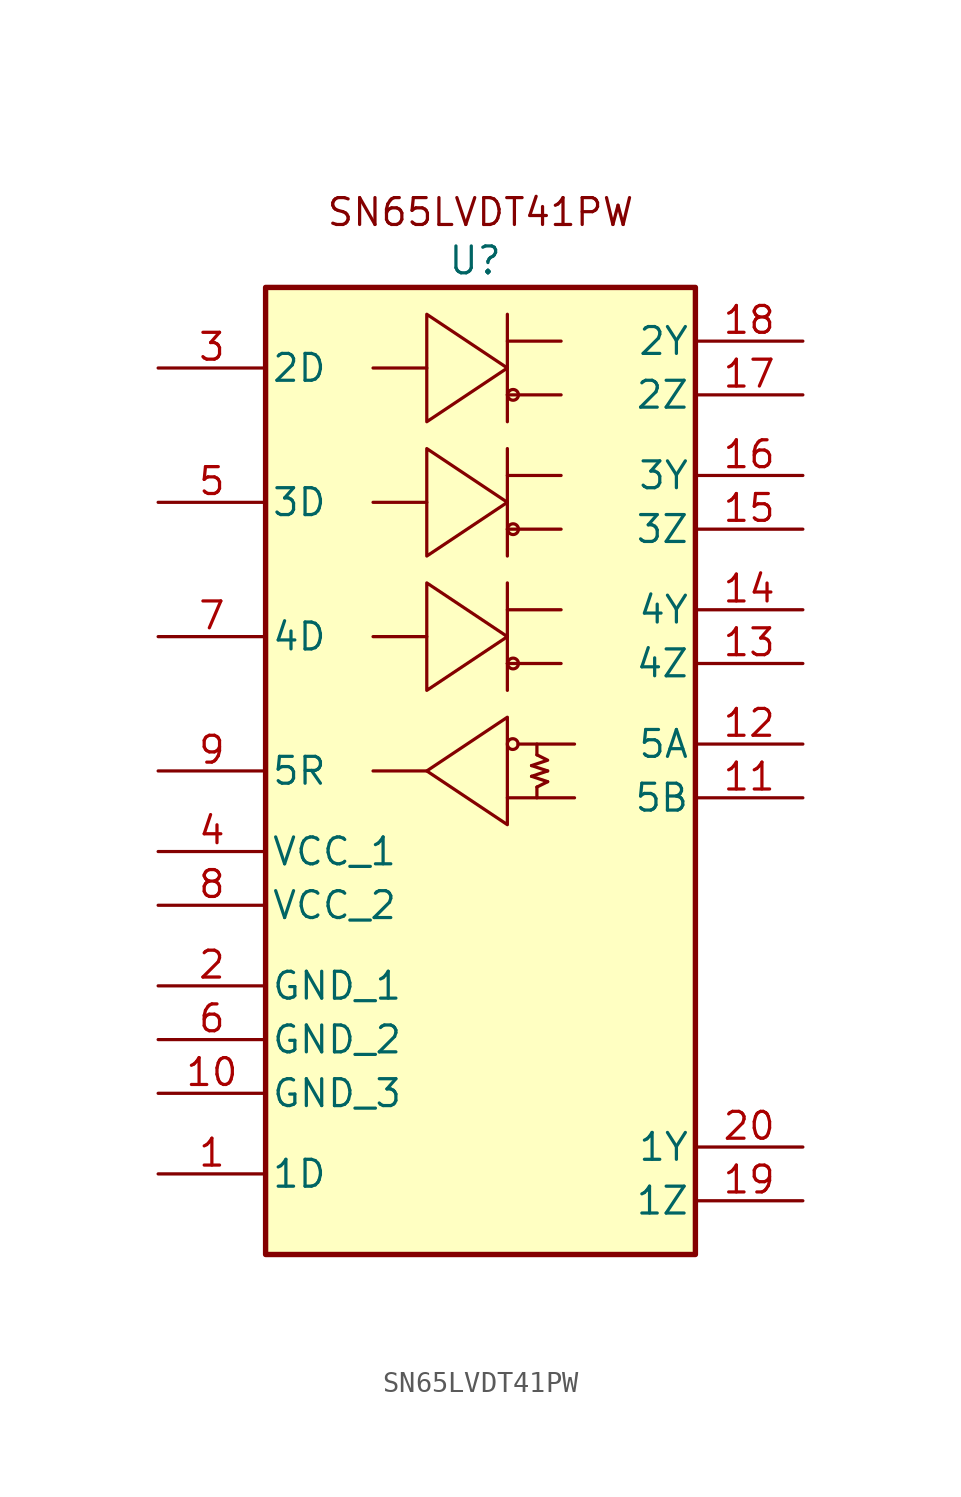
<source format=kicad_sym>
(kicad_symbol_lib
  (version 20231120)
  (generator "kicad_symbol_editor")
  (generator_version "8.0")
  (symbol "SN65LVDT41PW"
    (pin_names
      (offset 0.254))
    (property "Reference" "U"
      (at -0.254 20.32 0)
      (effects (font (size 1.27 1.27))))
    (property "Value" ""
      (at 0 0 0)
      (effects (font (size 1.27 1.27))))
    (symbol "SN65LVDT41PW_0_1"
      (polyline (pts (xy -5.08 -3.81) (xy -2.54 -3.81)) (stroke (width 0) (type default)) (fill (type none)))
      (polyline (pts (xy -2.54 2.54) (xy -5.08 2.54)) (stroke (width 0) (type default)) (fill (type none)))
      (polyline (pts (xy -2.54 8.89) (xy -5.08 8.89)) (stroke (width 0) (type default)) (fill (type none)))
      (polyline (pts (xy -2.54 15.24) (xy -5.08 15.24)) (stroke (width 0) (type default)) (fill (type none)))
      (polyline (pts (xy 1.27 -5.08) (xy 4.445 -5.08)) (stroke (width 0) (type default)) (fill (type none)))
      (polyline (pts (xy 1.27 1.27) (xy 1.27 1.27)) (stroke (width 0) (type default)) (fill (type none)))
      (polyline (pts (xy 1.27 1.27) (xy 3.81 1.27)) (stroke (width 0) (type default)) (fill (type none)))
      (polyline (pts (xy 1.27 2.54) (xy 1.27 0)) (stroke (width 0) (type default)) (fill (type none)))
      (polyline (pts (xy 1.27 2.54) (xy 1.27 5.08)) (stroke (width 0) (type default)) (fill (type none)))
      (polyline (pts (xy 1.27 3.81) (xy 3.81 3.81)) (stroke (width 0) (type default)) (fill (type none)))
      (polyline (pts (xy 1.27 7.62) (xy 1.27 7.62)) (stroke (width 0) (type default)) (fill (type none)))
      (polyline (pts (xy 1.27 7.62) (xy 3.81 7.62)) (stroke (width 0) (type default)) (fill (type none)))
      (polyline (pts (xy 1.27 8.89) (xy 1.27 6.35)) (stroke (width 0) (type default)) (fill (type none)))
      (polyline (pts (xy 1.27 8.89) (xy 1.27 11.43)) (stroke (width 0) (type default)) (fill (type none)))
      (polyline (pts (xy 1.27 10.16) (xy 3.81 10.16)) (stroke (width 0) (type default)) (fill (type none)))
      (polyline (pts (xy 1.27 13.97) (xy 1.27 13.97)) (stroke (width 0) (type default)) (fill (type none)))
      (polyline (pts (xy 1.27 13.97) (xy 3.81 13.97)) (stroke (width 0) (type default)) (fill (type none)))
      (polyline (pts (xy 1.27 15.24) (xy 1.27 12.7)) (stroke (width 0) (type default)) (fill (type none)))
      (polyline (pts (xy 1.27 15.24) (xy 1.27 17.78)) (stroke (width 0) (type default)) (fill (type none)))
      (polyline (pts (xy 1.27 16.51) (xy 3.81 16.51)) (stroke (width 0) (type default)) (fill (type none)))
      (polyline (pts (xy 1.778 -2.54) (xy 4.445 -2.54)) (stroke (width 0) (type default)) (fill (type none)))
      (polyline (pts (xy 2.413 -4.064) (xy 3.175 -4.318)) (stroke (width 0) (type default)) (fill (type none)))
      (polyline (pts (xy 2.413 -3.556) (xy 3.175 -3.81)) (stroke (width 0) (type default)) (fill (type none)))
      (polyline (pts (xy 2.667 -4.572) (xy 2.667 -5.08)) (stroke (width 0) (type default)) (fill (type none)))
      (polyline (pts (xy 2.667 -2.54) (xy 2.667 -3.048)) (stroke (width 0) (type default)) (fill (type none)))
      (polyline (pts (xy 3.175 -4.318) (xy 2.667 -4.572)) (stroke (width 0) (type default)) (fill (type none)))
      (polyline (pts (xy 3.175 -3.81) (xy 2.413 -4.064)) (stroke (width 0) (type default)) (fill (type none)))
      (polyline (pts (xy 2.667 -3.048) (xy 3.175 -3.302) (xy 2.413 -3.556)) (stroke (width 0) (type default)) (fill (type none)))
      (polyline (pts (xy -2.54 5.08) (xy -2.54 0) (xy 1.27 2.54) (xy -2.54 5.08)) (stroke (width 0) (type default)) (fill (type none)))
      (polyline (pts (xy -2.54 11.43) (xy -2.54 6.35) (xy 1.27 8.89) (xy -2.54 11.43)) (stroke (width 0) (type default)) (fill (type none)))
      (polyline (pts (xy -2.54 17.78) (xy -2.54 12.7) (xy 1.27 15.24) (xy -2.54 17.78)) (stroke (width 0) (type default)) (fill (type none)))
      (polyline (pts (xy 1.27 -6.35) (xy 1.27 -1.27) (xy -2.54 -3.81) (xy 1.27 -6.35)) (stroke (width 0) (type default)) (fill (type none)))
      (circle (center 1.524 -2.54) (radius 0.254) (stroke (width 0) (type default)) (fill (type none)))
      (circle (center 1.54 1.27) (radius 0.254) (stroke (width 0) (type default)) (fill (type none)))
      (circle (center 1.54 7.62) (radius 0.254) (stroke (width 0) (type default)) (fill (type none)))
      (circle (center 1.54 13.97) (radius 0.254) (stroke (width 0) (type default)) (fill (type none))))
    (symbol "SN65LVDT41PW_1_1"
      (rectangle (start -10.16 19.05) (end 10.16 -26.67) (stroke (width 0.254) (type default)) (fill (type background)))
      (text "SN65LVDT41PW" (at 0 22.606 0) (effects (font (size 1.27 1.27))))
      (pin input line (at -15.24 -22.86 0) (length 5.08) (name "1D" (effects (font (size 1.27 1.27)))) (number "1" (effects (font (size 1.27 1.27)))))
      (pin passive line (at -15.24 -19.05 0) (length 5.08) (name "GND_3" (effects (font (size 1.27 1.27)))) (number "10" (effects (font (size 1.27 1.27)))))
      (pin input line (at 15.24 -5.08 180) (length 5.08) (name "5B" (effects (font (size 1.27 1.27)))) (number "11" (effects (font (size 1.27 1.27)))))
      (pin input line (at 15.24 -2.54 180) (length 5.08) (name "5A" (effects (font (size 1.27 1.27)))) (number "12" (effects (font (size 1.27 1.27)))))
      (pin output line (at 15.24 1.27 180) (length 5.08) (name "4Z" (effects (font (size 1.27 1.27)))) (number "13" (effects (font (size 1.27 1.27)))))
      (pin output line (at 15.24 3.81 180) (length 5.08) (name "4Y" (effects (font (size 1.27 1.27)))) (number "14" (effects (font (size 1.27 1.27)))))
      (pin output line (at 15.24 7.62 180) (length 5.08) (name "3Z" (effects (font (size 1.27 1.27)))) (number "15" (effects (font (size 1.27 1.27)))))
      (pin output line (at 15.24 10.16 180) (length 5.08) (name "3Y" (effects (font (size 1.27 1.27)))) (number "16" (effects (font (size 1.27 1.27)))))
      (pin output line (at 15.24 13.97 180) (length 5.08) (name "2Z" (effects (font (size 1.27 1.27)))) (number "17" (effects (font (size 1.27 1.27)))))
      (pin output line (at 15.24 16.51 180) (length 5.08) (name "2Y" (effects (font (size 1.27 1.27)))) (number "18" (effects (font (size 1.27 1.27)))))
      (pin output line (at 15.24 -24.13 180) (length 5.08) (name "1Z" (effects (font (size 1.27 1.27)))) (number "19" (effects (font (size 1.27 1.27)))))
      (pin passive line (at -15.24 -13.97 0) (length 5.08) (name "GND_1" (effects (font (size 1.27 1.27)))) (number "2" (effects (font (size 1.27 1.27)))))
      (pin output line (at 15.24 -21.59 180) (length 5.08) (name "1Y" (effects (font (size 1.27 1.27)))) (number "20" (effects (font (size 1.27 1.27)))))
      (pin input line (at -15.24 15.24 0) (length 5.08) (name "2D" (effects (font (size 1.27 1.27)))) (number "3" (effects (font (size 1.27 1.27)))))
      (pin passive line (at -15.24 -7.62 0) (length 5.08) (name "VCC_1" (effects (font (size 1.27 1.27)))) (number "4" (effects (font (size 1.27 1.27)))))
      (pin input line (at -15.24 8.89 0) (length 5.08) (name "3D" (effects (font (size 1.27 1.27)))) (number "5" (effects (font (size 1.27 1.27)))))
      (pin passive line (at -15.24 -16.51 0) (length 5.08) (name "GND_2" (effects (font (size 1.27 1.27)))) (number "6" (effects (font (size 1.27 1.27)))))
      (pin input line (at -15.24 2.54 0) (length 5.08) (name "4D" (effects (font (size 1.27 1.27)))) (number "7" (effects (font (size 1.27 1.27)))))
      (pin passive line (at -15.24 -10.16 0) (length 5.08) (name "VCC_2" (effects (font (size 1.27 1.27)))) (number "8" (effects (font (size 1.27 1.27)))))
      (pin output line (at -15.24 -3.81 0) (length 5.08) (name "5R" (effects (font (size 1.27 1.27)))) (number "9" (effects (font (size 1.27 1.27))))))))
</source>
